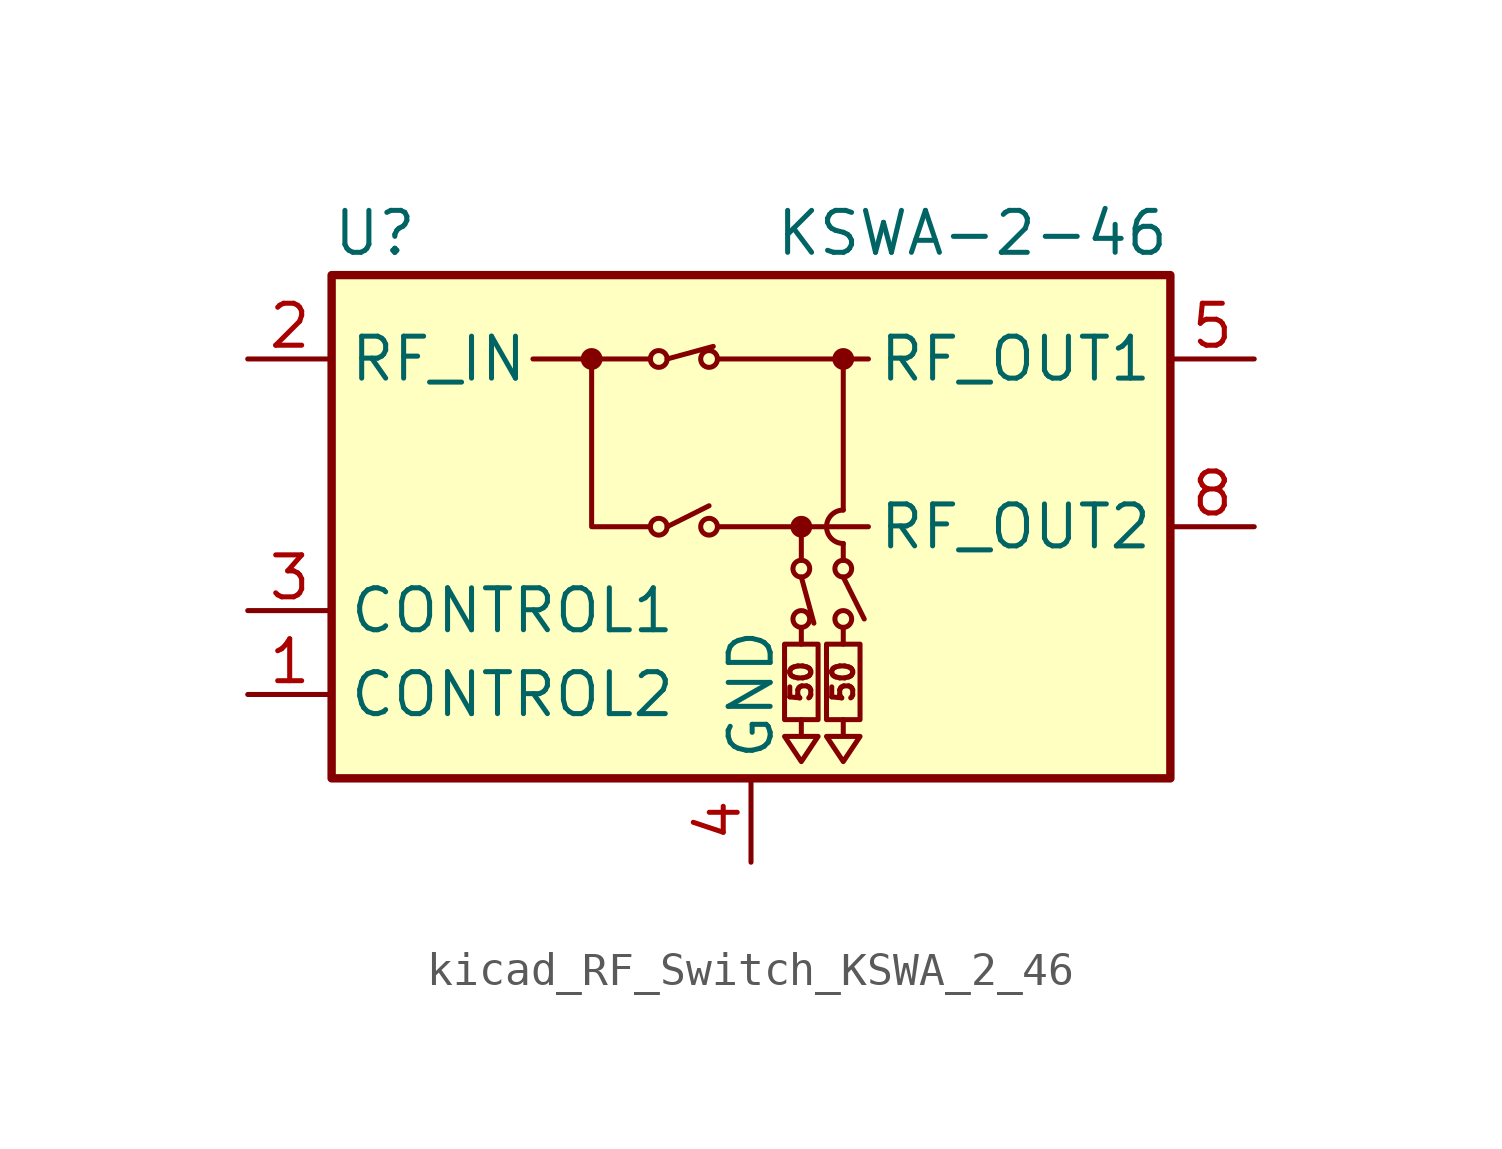
<source format=kicad_sym>
(kicad_symbol_lib
  (version 20220914)
  (generator kicad_symbol_editor)
  (symbol "kicad_RF_Switch_KSWA_2_46"
    (property "Reference" "U"
      (at -12.7 8.89 0)
      (effects (font (size 1.27 1.27)) (justify left)))
    (property "Value" "KSWA-2-46"
      (at 12.7 8.89 0)
      (effects (font (size 1.27 1.27)) (justify right)))
    (symbol "kicad_RF_Switch_KSWA_2_46_0_0"
      (text "50" (at 1.524 -4.699 900) (effects (font (size 0.635 0.635))))
      (text "50" (at 2.794 -4.699 900) (effects (font (size 0.635 0.635)))))
    (symbol "kicad_RF_Switch_KSWA_2_46_0_1"
      (rectangle (start -12.7 7.62) (end 12.7 -7.62) (stroke (width 0.254) (type default)) (fill (type background)))
      (circle (center -4.826 5.08) (radius 0.254) (stroke (width 0) (type default)) (fill (type outline)))
      (circle (center -2.794 0) (radius 0.254) (stroke (width 0) (type default)) (fill (type none)))
      (circle (center -2.794 5.08) (radius 0.254) (stroke (width 0) (type default)) (fill (type none)))
      (circle (center -1.27 0) (radius 0.254) (stroke (width 0) (type default)) (fill (type none)))
      (circle (center -1.27 5.08) (radius 0.254) (stroke (width 0) (type default)) (fill (type none)))
      (polyline (pts (xy -3.048 5.08) (xy -6.604 5.08)) (stroke (width 0) (type default)) (fill (type none)))
      (polyline (pts (xy -2.54 0) (xy -1.27 0.635)) (stroke (width 0) (type default)) (fill (type none)))
      (polyline (pts (xy -2.54 5.08) (xy -1.143 5.461)) (stroke (width 0) (type default)) (fill (type none)))
      (polyline (pts (xy -1.016 0) (xy 3.556 0)) (stroke (width 0) (type default)) (fill (type none)))
      (polyline (pts (xy -1.016 5.08) (xy 3.556 5.08)) (stroke (width 0) (type default)) (fill (type none)))
      (polyline (pts (xy 1.524 -3.048) (xy 1.524 -3.556)) (stroke (width 0) (type default)) (fill (type none)))
      (polyline (pts (xy 1.524 -1.524) (xy 1.905 -2.921)) (stroke (width 0) (type default)) (fill (type none)))
      (polyline (pts (xy 1.524 -1.016) (xy 1.524 0)) (stroke (width 0) (type default)) (fill (type none)))
      (polyline (pts (xy 2.794 -3.048) (xy 2.794 -3.556)) (stroke (width 0) (type default)) (fill (type none)))
      (polyline (pts (xy 2.794 -1.524) (xy 3.429 -2.794)) (stroke (width 0) (type default)) (fill (type none)))
      (polyline (pts (xy 2.794 -0.508) (xy 2.794 -1.016)) (stroke (width 0) (type default)) (fill (type none)))
      (polyline (pts (xy 2.794 5.08) (xy 2.794 0.508)) (stroke (width 0) (type default)) (fill (type none)))
      (polyline (pts (xy -4.826 5.08) (xy -4.826 0) (xy -3.048 0)) (stroke (width 0) (type default)) (fill (type none)))
      (polyline (pts (xy 1.524 -5.842) (xy 1.524 -6.35) (xy 1.016 -6.35) (xy 1.524 -7.112) (xy 2.032 -6.35) (xy 1.524 -6.35)) (stroke (width 0) (type default)) (fill (type none)))
      (polyline (pts (xy 2.794 -5.842) (xy 2.794 -6.35) (xy 2.286 -6.35) (xy 2.794 -7.112) (xy 3.302 -6.35) (xy 2.794 -6.35)) (stroke (width 0) (type default)) (fill (type none)))
      (rectangle (start 1.016 -3.556) (end 2.032 -5.842) (stroke (width 0) (type default)) (fill (type none)))
      (circle (center 1.524 -2.794) (radius 0.254) (stroke (width 0) (type default)) (fill (type none)))
      (circle (center 1.524 -1.27) (radius 0.254) (stroke (width 0) (type default)) (fill (type none)))
      (circle (center 1.524 0) (radius 0.254) (stroke (width 0) (type default)) (fill (type outline)))
      (rectangle (start 2.286 -3.556) (end 3.302 -5.842) (stroke (width 0) (type default)) (fill (type none)))
      (circle (center 2.794 -2.794) (radius 0.254) (stroke (width 0) (type default)) (fill (type none)))
      (circle (center 2.794 -1.27) (radius 0.254) (stroke (width 0) (type default)) (fill (type none)))
      (arc (start 2.794 0.508) (mid 2.2882 0) (end 2.794 -0.508) (stroke (width 0) (type default)) (fill (type none)))
      (circle (center 2.794 5.08) (radius 0.254) (stroke (width 0) (type default)) (fill (type outline))))
    (symbol "kicad_RF_Switch_KSWA_2_46_1_1"
      (pin input line (at -15.24 -5.08 0) (length 2.54) (name "CONTROL2" (effects (font (size 1.27 1.27)))) (number "1" (effects (font (size 1.27 1.27)))))
      (pin passive line (at -15.24 5.08 0) (length 2.54) (name "RF_IN" (effects (font (size 1.27 1.27)))) (number "2" (effects (font (size 1.27 1.27)))))
      (pin input line (at -15.24 -2.54 0) (length 2.54) (name "CONTROL1" (effects (font (size 1.27 1.27)))) (number "3" (effects (font (size 1.27 1.27)))))
      (pin power_in line (at 0 -10.16 90) (length 2.54) (name "GND" (effects (font (size 1.27 1.27)))) (number "4" (effects (font (size 1.27 1.27)))))
      (pin passive line (at 15.24 5.08 180) (length 2.54) (name "RF_OUT1" (effects (font (size 1.27 1.27)))) (number "5" (effects (font (size 1.27 1.27)))))
      (pin passive line (at 0 -10.16 90) (length 2.54) hide (name "GND" (effects (font (size 1.27 1.27)))) (number "6" (effects (font (size 1.27 1.27)))))
      (pin passive line (at 0 -10.16 90) (length 2.54) hide (name "GND" (effects (font (size 1.27 1.27)))) (number "7" (effects (font (size 1.27 1.27)))))
      (pin passive line (at 15.24 0 180) (length 2.54) (name "RF_OUT2" (effects (font (size 1.27 1.27)))) (number "8" (effects (font (size 1.27 1.27))))))))
</source>
